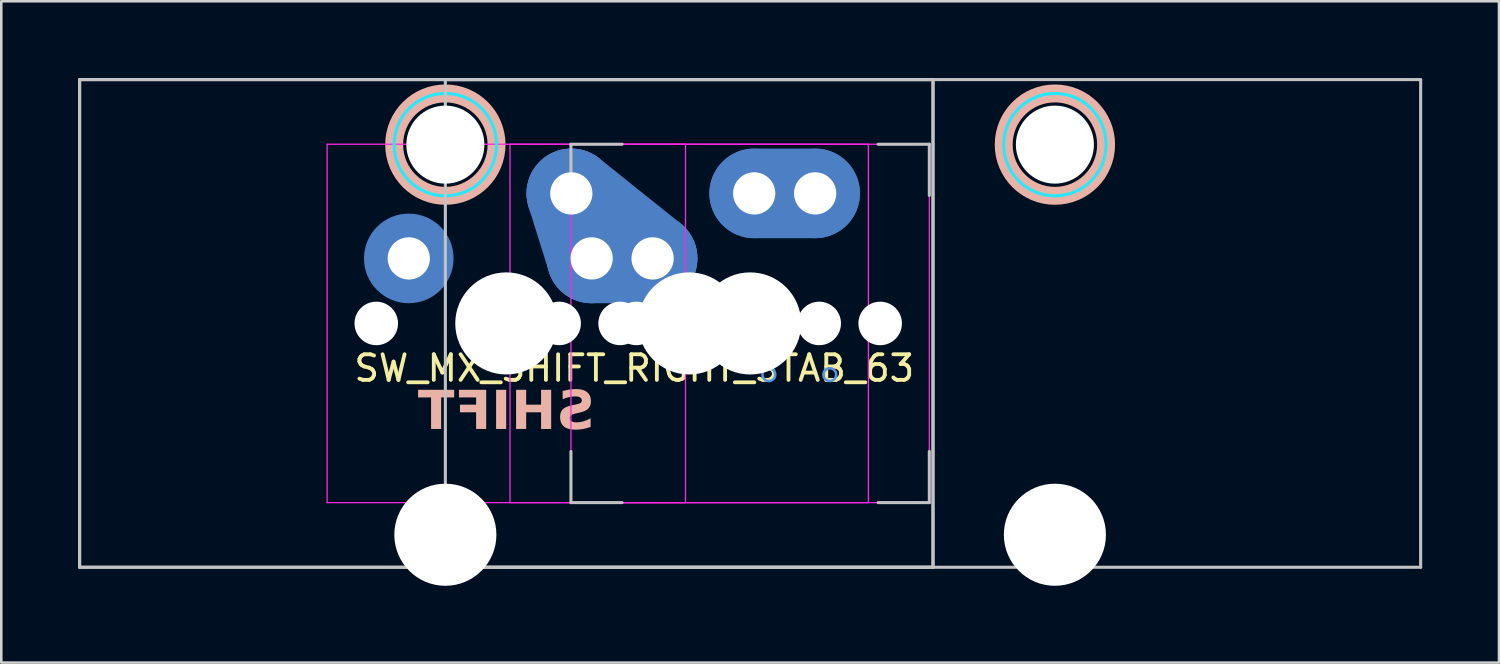
<source format=kicad_pcb>
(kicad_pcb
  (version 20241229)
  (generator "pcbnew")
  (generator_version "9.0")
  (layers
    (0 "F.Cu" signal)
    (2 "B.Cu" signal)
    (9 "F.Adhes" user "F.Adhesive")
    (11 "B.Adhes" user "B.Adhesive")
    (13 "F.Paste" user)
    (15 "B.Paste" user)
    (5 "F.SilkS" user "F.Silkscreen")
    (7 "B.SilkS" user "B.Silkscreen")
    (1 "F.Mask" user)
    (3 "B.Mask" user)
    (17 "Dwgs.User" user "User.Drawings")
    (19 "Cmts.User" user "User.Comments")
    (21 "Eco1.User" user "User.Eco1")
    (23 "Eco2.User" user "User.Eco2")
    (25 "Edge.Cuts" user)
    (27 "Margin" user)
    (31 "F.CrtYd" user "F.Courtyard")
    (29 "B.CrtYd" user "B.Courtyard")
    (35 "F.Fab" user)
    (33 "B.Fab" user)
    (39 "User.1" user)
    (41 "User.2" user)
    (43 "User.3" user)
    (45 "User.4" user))
  (footprint "SW_MX_SHIFT_RIGHT_STAB_63"
    (layer "F.Cu")
    (at 16.729 9.585)
    (property "Reference" "SW_MX_SHIFT_RIGHT_STAB_63" (at 5 1.75 0) (layer "F.SilkS") (effects (font (size 1 1) (thickness 0.15))))
    (attr through_hole exclude_from_pos_files exclude_from_bom)
    (fp_circle (center -2.381 -6.985) (end -0.381 -6.985) (stroke (width 0.7) (type solid)) (fill no) (layer "B.SilkS"))
    (fp_circle (center 21.431 -6.985) (end 23.431 -6.985) (stroke (width 0.7) (type solid)) (fill no) (layer "B.SilkS"))
    (fp_line (start -16.669 -9.525) (end -16.669 9.525) (stroke (width 0.12) (type solid)) (layer "Dwgs.User"))
    (fp_line (start -16.669 -9.525) (end -16.669 9.525) (stroke (width 0.12) (type solid)) (layer "Dwgs.User"))
    (fp_line (start -16.669 -9.525) (end 35.719 -9.525) (stroke (width 0.12) (type solid)) (layer "Dwgs.User"))
    (fp_line (start -16.669 9.525) (end 16.669 9.525) (stroke (width 0.12) (type solid)) (layer "Dwgs.User"))
    (fp_line (start -16.669 9.525) (end 35.719 9.525) (stroke (width 0.12) (type solid)) (layer "Dwgs.User"))
    (fp_line (start -2.381 -9.525) (end -2.381 9.525) (stroke (width 0.12) (type solid)) (layer "Dwgs.User"))
    (fp_line (start -2.381 9.525) (end 16.669 9.525) (stroke (width 0.12) (type solid)) (layer "Dwgs.User"))
    (fp_line (start 2.525 -7) (end 4.525 -7) (stroke (width 0.12) (type solid)) (layer "Dwgs.User"))
    (fp_line (start 2.525 -5) (end 2.525 -7) (stroke (width 0.12) (type solid)) (layer "Dwgs.User"))
    (fp_line (start 2.525 7) (end 2.525 5) (stroke (width 0.12) (type solid)) (layer "Dwgs.User"))
    (fp_line (start 4.525 7) (end 2.525 7) (stroke (width 0.12) (type solid)) (layer "Dwgs.User"))
    (fp_line (start 14.525 -7) (end 16.525 -7) (stroke (width 0.12) (type solid)) (layer "Dwgs.User"))
    (fp_line (start 14.525 7) (end 16.525 7) (stroke (width 0.12) (type solid)) (layer "Dwgs.User"))
    (fp_line (start 16.525 -7) (end 16.525 -5) (stroke (width 0.12) (type solid)) (layer "Dwgs.User"))
    (fp_line (start 16.525 7) (end 16.525 5) (stroke (width 0.12) (type solid)) (layer "Dwgs.User"))
    (fp_line (start 16.669 -9.525) (end -16.669 -9.525) (stroke (width 0.12) (type solid)) (layer "Dwgs.User"))
    (fp_line (start 16.669 -9.525) (end -2.381 -9.525) (stroke (width 0.12) (type solid)) (layer "Dwgs.User"))
    (fp_line (start 16.669 9.525) (end 16.669 -9.525) (stroke (width 0.12) (type solid)) (layer "Dwgs.User"))
    (fp_line (start 16.669 9.525) (end 16.669 -9.525) (stroke (width 0.12) (type solid)) (layer "Dwgs.User"))
    (fp_line (start 35.719 -9.525) (end 35.719 9.525) (stroke (width 0.12) (type solid)) (layer "Dwgs.User"))
    (fp_circle (center 10.256 2) (end 10.256 1.75) (stroke (width 0.1) (type default)) (fill no) (layer "Cmts.User"))
    (fp_circle (center 12.637 2) (end 12.637 1.75) (stroke (width 0.1) (type default)) (fill no) (layer "Cmts.User"))
    (fp_line (start -7 6.5) (end -7 -6.5) (stroke (width 0.05) (type solid)) (layer "Eco2.User"))
    (fp_line (start -6.5 -7) (end 6.5 -7) (stroke (width 0.05) (type solid)) (layer "Eco2.User"))
    (fp_line (start -5.756 -5.5) (end -5.756 7.5) (stroke (width 0.05) (type solid)) (layer "Eco2.User"))
    (fp_line (start -5.256 -6) (end 0.494 -6) (stroke (width 0.05) (type solid)) (layer "Eco2.User"))
    (fp_line (start -5.256 8) (end 0.494 8) (stroke (width 0.05) (type solid)) (layer "Eco2.User"))
    (fp_line (start 0.144 6.5) (end 0.144 -6.5) (stroke (width 0.05) (type solid)) (layer "Eco2.User"))
    (fp_line (start 0.644 -7) (end 13.644 -7) (stroke (width 0.05) (type solid)) (layer "Eco2.User"))
    (fp_line (start 0.994 -5.5) (end 0.994 7.5) (stroke (width 0.05) (type solid)) (layer "Eco2.User"))
    (fp_line (start 2.525 6.5) (end 2.525 -6.5) (stroke (width 0.05) (type solid)) (layer "Eco2.User"))
    (fp_line (start 3.025 -7) (end 16.025 -7) (stroke (width 0.05) (type solid)) (layer "Eco2.User"))
    (fp_line (start 6.5 7) (end -6.5 7) (stroke (width 0.05) (type solid)) (layer "Eco2.User"))
    (fp_line (start 7 -6.5) (end 7 6.5) (stroke (width 0.05) (type solid)) (layer "Eco2.User"))
    (fp_line (start 13.644 7) (end 0.644 7) (stroke (width 0.05) (type solid)) (layer "Eco2.User"))
    (fp_line (start 14.144 -6.5) (end 14.144 6.5) (stroke (width 0.05) (type solid)) (layer "Eco2.User"))
    (fp_line (start 16.025 7) (end 3.025 7) (stroke (width 0.05) (type solid)) (layer "Eco2.User"))
    (fp_line (start 16.525 -6.5) (end 16.525 6.5) (stroke (width 0.05) (type solid)) (layer "Eco2.User"))
    (fp_line (start 18.056 -5.5) (end 18.056 7.5) (stroke (width 0.05) (type solid)) (layer "Eco2.User"))
    (fp_line (start 18.556 -6) (end 24.305 -6) (stroke (width 0.05) (type solid)) (layer "Eco2.User"))
    (fp_line (start 18.556 8) (end 24.306 8) (stroke (width 0.05) (type solid)) (layer "Eco2.User"))
    (fp_line (start 24.805 -5.5) (end 24.806 7.5) (stroke (width 0.05) (type solid)) (layer "Eco2.User"))
    (fp_arc (start -7 -6.5) (mid -6.853553 -6.853553) (end -6.5 -7) (stroke (width 0.05) (type solid)) (layer "Eco2.User"))
    (fp_arc (start -6.5 7) (mid -6.853553 6.853553) (end -7 6.5) (stroke (width 0.05) (type solid)) (layer "Eco2.User"))
    (fp_arc (start -5.75625 -5.499999) (mid -5.609803 -5.853552) (end -5.25625 -5.999999) (stroke (width 0.05) (type solid)) (layer "Eco2.User"))
    (fp_arc (start -5.25625 8.000001) (mid -5.609803 7.853554) (end -5.75625 7.500001) (stroke (width 0.05) (type solid)) (layer "Eco2.User"))
    (fp_arc (start 0.14375 -6.5) (mid 0.290197 -6.853553) (end 0.64375 -7) (stroke (width 0.05) (type solid)) (layer "Eco2.User"))
    (fp_arc (start 0.49375 -5.999999) (mid 0.847303 -5.853552) (end 0.99375 -5.499999) (stroke (width 0.05) (type solid)) (layer "Eco2.User"))
    (fp_arc (start 0.64375 7) (mid 0.290197 6.853553) (end 0.14375 6.5) (stroke (width 0.05) (type solid)) (layer "Eco2.User"))
    (fp_arc (start 0.99375 7.500001) (mid 0.847303 7.853554) (end 0.49375 8.000001) (stroke (width 0.05) (type solid)) (layer "Eco2.User"))
    (fp_arc (start 2.525 -6.5) (mid 2.671447 -6.853553) (end 3.025 -7) (stroke (width 0.05) (type solid)) (layer "Eco2.User"))
    (fp_arc (start 3.025 7) (mid 2.671447 6.853553) (end 2.525 6.5) (stroke (width 0.05) (type solid)) (layer "Eco2.User"))
    (fp_arc (start 6.5 -7) (mid 6.853553 -6.853553) (end 7 -6.5) (stroke (width 0.05) (type solid)) (layer "Eco2.User"))
    (fp_arc (start 6.997236 6.498884) (mid 6.850806 6.852454) (end 6.497236 6.998884) (stroke (width 0.05) (type solid)) (layer "Eco2.User"))
    (fp_arc (start 13.64375 -7) (mid 13.997303 -6.853553) (end 14.14375 -6.5) (stroke (width 0.05) (type solid)) (layer "Eco2.User"))
    (fp_arc (start 14.140986 6.498884) (mid 13.994534 6.852432) (end 13.640986 6.998884) (stroke (width 0.05) (type solid)) (layer "Eco2.User"))
    (fp_arc (start 16.025 -7) (mid 16.378553 -6.853553) (end 16.525 -6.5) (stroke (width 0.05) (type solid)) (layer "Eco2.User"))
    (fp_arc (start 16.522236 6.498884) (mid 16.375806 6.852455) (end 16.022236 6.998884) (stroke (width 0.05) (type solid)) (layer "Eco2.User"))
    (fp_arc (start 18.05625 -5.499999) (mid 18.202693 -5.853571) (end 18.55625 -5.999999) (stroke (width 0.05) (type solid)) (layer "Eco2.User"))
    (fp_arc (start 18.55625 8.000001) (mid 18.202729 7.853537) (end 18.05625 7.500001) (stroke (width 0.05) (type solid)) (layer "Eco2.User"))
    (fp_arc (start 24.305039 -5.999999) (mid 24.658567 -5.853539) (end 24.805039 -5.499999) (stroke (width 0.05) (type solid)) (layer "Eco2.User"))
    (fp_arc (start 24.80625 7.500001) (mid 24.659806 7.853571) (end 24.30625 8.000001) (stroke (width 0.05) (type solid)) (layer "Eco2.User"))
    (fp_circle (center -2.381 -6.985) (end -0.381 -6.985) (stroke (width 0.12) (type solid)) (fill no) (layer "B.CrtYd"))
    (fp_circle (center 21.431 -6.985) (end 23.431 -6.985) (stroke (width 0.12) (type solid)) (fill no) (layer "B.CrtYd"))
    (fp_line (start -7 -7) (end -7 7) (stroke (width 0.05) (type solid)) (layer "F.CrtYd"))
    (fp_line (start -7 7) (end 7 7) (stroke (width 0.05) (type solid)) (layer "F.CrtYd"))
    (fp_line (start 0.144 -7) (end 0.144 7) (stroke (width 0.05) (type solid)) (layer "F.CrtYd"))
    (fp_line (start 0.144 7) (end 14.144 7) (stroke (width 0.05) (type solid)) (layer "F.CrtYd"))
    (fp_line (start 2.525 -7) (end 2.525 7) (stroke (width 0.05) (type solid)) (layer "F.CrtYd"))
    (fp_line (start 2.525 7) (end 16.525 7) (stroke (width 0.05) (type solid)) (layer "F.CrtYd"))
    (fp_line (start 7 -7) (end -7 -7) (stroke (width 0.05) (type solid)) (layer "F.CrtYd"))
    (fp_line (start 7 7) (end 7 -7) (stroke (width 0.05) (type solid)) (layer "F.CrtYd"))
    (fp_line (start 14.144 -7) (end 0.144 -7) (stroke (width 0.05) (type solid)) (layer "F.CrtYd"))
    (fp_line (start 14.144 7) (end 14.144 -7) (stroke (width 0.05) (type solid)) (layer "F.CrtYd"))
    (fp_line (start 16.525 -7) (end 2.525 -7) (stroke (width 0.05) (type solid)) (layer "F.CrtYd"))
    (fp_line (start 16.525 7) (end 16.525 -7) (stroke (width 0.05) (type solid)) (layer "F.CrtYd"))
    (fp_text user "SHIFT" (at 0 3.5 0) (layer "B.SilkS") (effects (font (face "Nicolas Cochin EF") (size 1.5 1.5) (thickness 0.3) (bold yes)) (justify mirror)))
    (pad "" np_thru_hole circle (at -5.08 0) (size 1.7 1.7) (drill 1.7) (layers "*.Cu" "*.Mask"))
    (pad "" np_thru_hole circle (at -2.381 -6.985) (size 3.048 3.048) (drill 3.048) (layers "*.Cu" "*.Mask"))
    (pad "" np_thru_hole circle (at -2.381 8.255) (size 3.988 3.988) (drill 3.988) (layers "*.Cu" "*.Mask"))
    (pad "" np_thru_hole circle (at 0 0) (size 3.988 3.988) (drill 3.988) (layers "*.Cu" "*.Mask"))
    (pad "" np_thru_hole circle (at 2.064 0) (size 1.7 1.7) (drill 1.7) (layers "*.Cu" "*.Mask"))
    (pad "" np_thru_hole circle (at 4.445 0) (size 1.7 1.7) (drill 1.7) (layers "*.Cu" "*.Mask"))
    (pad "" np_thru_hole circle (at 5.08 0) (size 1.7 1.7) (drill 1.7) (layers "*.Cu" "*.Mask"))
    (pad "" np_thru_hole circle (at 7.144 0) (size 3.988 3.988) (drill 3.988) (layers "*.Cu" "*.Mask"))
    (pad "" np_thru_hole circle (at 9.525 0) (size 3.988 3.988) (drill 3.988) (layers "*.Cu" "*.Mask"))
    (pad "" np_thru_hole circle (at 12.224 0) (size 1.7 1.7) (drill 1.7) (layers "*.Cu" "*.Mask"))
    (pad "" np_thru_hole circle (at 14.605 0) (size 1.7 1.7) (drill 1.7) (layers "*.Cu" "*.Mask"))
    (pad "" np_thru_hole circle (at 21.431 -6.985) (size 3.048 3.048) (drill 3.048) (layers "*.Cu" "*.Mask"))
    (pad "" np_thru_hole circle (at 21.431 8.255) (size 3.988 3.988) (drill 3.988) (layers "*.Cu" "*.Mask"))
    (pad "1" thru_hole circle (at 2.54 -5.08) (size 2 2) (drill 1.65) (layers "*.Cu") (remove_unused_layers yes) (keep_end_layers yes) (zone_layer_connections))
    (pad "1" smd circle (at 2.54 -5.08) (size 2.5 2.5) (layers "B.Cu" "B.Mask"))
    (pad "1" smd circle (at 2.54 -5.08) (size 3.5 3.5) (layers "B.Cu"))
    (pad "1" smd oval (at 2.937 -3.81 197.4) (size 2 4.661) (layers "F.Cu"))
    (pad "1" smd oval (at 2.937 -3.81 197.4) (size 3.5 6.161) (layers "B.Cu"))
    (pad "1" thru_hole circle (at 3.334 -2.54) (size 2 2) (drill 1.65) (layers "*.Cu") (remove_unused_layers yes) (keep_end_layers yes) (zone_layer_connections))
    (pad "1" smd circle (at 3.334 -2.54) (size 2.5 2.5) (layers "B.Cu" "B.Mask"))
    (pad "1" smd circle (at 3.334 -2.54) (size 3.5 3.5) (layers "B.Cu"))
    (pad "1" smd oval (at 4.128 -3.81 321.3) (size 6.033 2) (layers "F.Cu"))
    (pad "1" smd oval (at 4.128 -3.81 321.3) (size 7.566 3.5) (layers "B.Cu"))
    (pad "1" smd oval (at 4.524 -2.54) (size 4.381 2) (layers "F.Cu"))
    (pad "1" smd oval (at 4.524 -2.54) (size 5.881 3.5) (layers "B.Cu"))
    (pad "1" thru_hole circle (at 5.715 -2.54) (size 2 2) (drill 1.65) (layers "*.Cu") (remove_unused_layers yes) (keep_end_layers yes) (zone_layer_connections))
    (pad "1" smd circle (at 5.715 -2.54) (size 2.5 2.5) (layers "B.Cu" "B.Mask"))
    (pad "1" smd circle (at 5.715 -2.54) (size 3.5 3.5) (layers "B.Cu"))
    (pad "2" thru_hole circle (at -3.81 -2.54) (size 2 2) (drill 1.65) (layers "*.Cu") (remove_unused_layers yes) (keep_end_layers yes) (zone_layer_connections))
    (pad "2" smd circle (at -3.81 -2.54) (size 2.5 2.5) (layers "B.Cu" "B.Mask"))
    (pad "2" smd circle (at -3.81 -2.54) (size 3.5 3.5) (layers "B.Cu"))
    (pad "2" thru_hole circle (at 9.684 -5.08) (size 2 2) (drill 1.65) (layers "*.Cu") (remove_unused_layers yes) (keep_end_layers yes) (zone_layer_connections))
    (pad "2" smd circle (at 9.684 -5.08) (size 2.5 2.5) (layers "B.Cu" "B.Mask"))
    (pad "2" smd circle (at 9.684 -5.08) (size 3.5 3.5) (layers "B.Cu"))
    (pad "2" smd oval (at 10.874 -5.08) (size 4.381 2) (layers "F.Cu"))
    (pad "2" smd oval (at 10.874 -5.08) (size 5.881 3.5) (layers "B.Cu"))
    (pad "2" thru_hole circle (at 12.065 -5.08) (size 2 2) (drill 1.65) (layers "*.Cu") (remove_unused_layers yes) (keep_end_layers yes) (zone_layer_connections))
    (pad "2" smd circle (at 12.065 -5.08) (size 2.5 2.5) (layers "B.Cu" "B.Mask"))
    (pad "2" smd circle (at 12.065 -5.08) (size 3.5 3.5) (layers "B.Cu")))
  (gr_rect
    (start -3 -3)
    (end 55.508 22.834)
    (stroke (width 0.1) (type default))
    (fill no)
    (layer "Edge.Cuts")))
</source>
